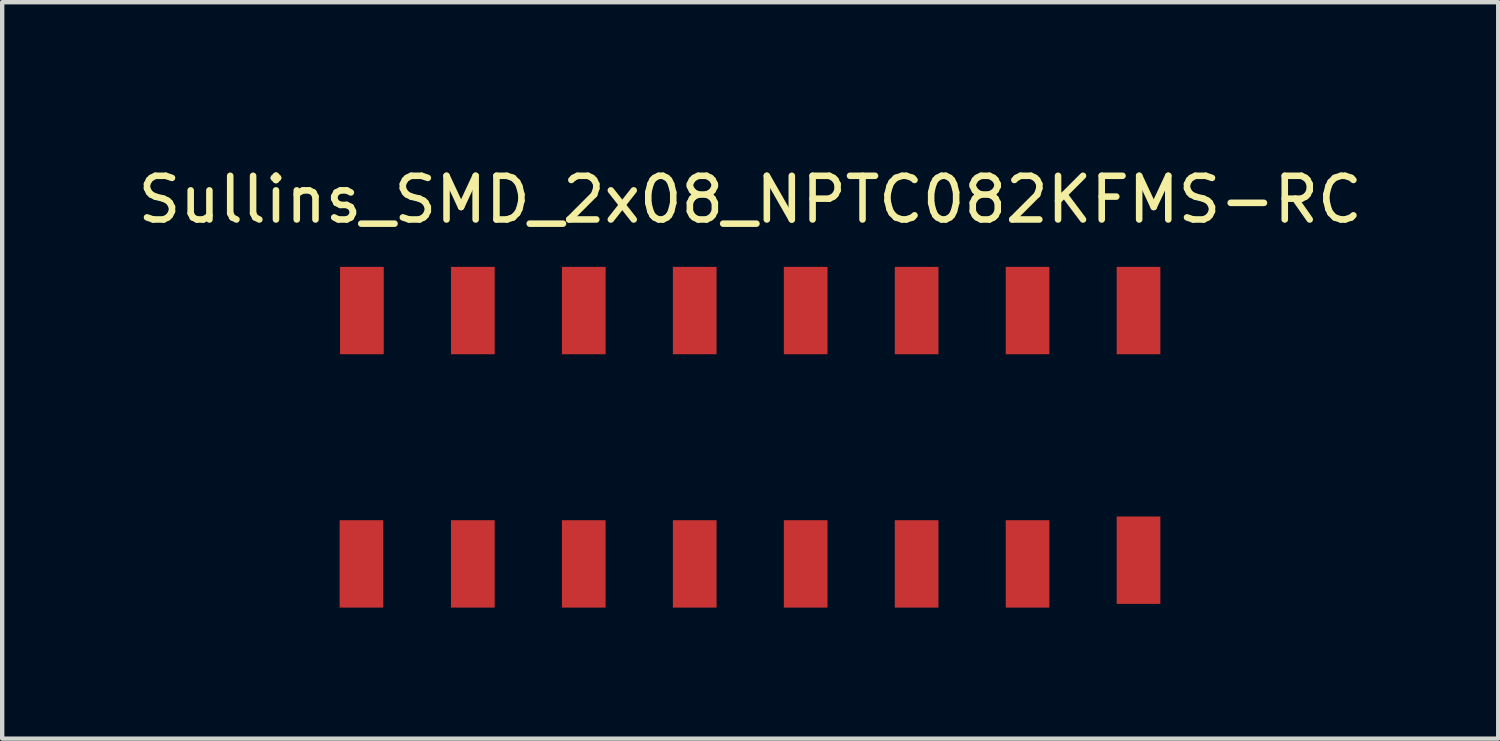
<source format=kicad_pcb>
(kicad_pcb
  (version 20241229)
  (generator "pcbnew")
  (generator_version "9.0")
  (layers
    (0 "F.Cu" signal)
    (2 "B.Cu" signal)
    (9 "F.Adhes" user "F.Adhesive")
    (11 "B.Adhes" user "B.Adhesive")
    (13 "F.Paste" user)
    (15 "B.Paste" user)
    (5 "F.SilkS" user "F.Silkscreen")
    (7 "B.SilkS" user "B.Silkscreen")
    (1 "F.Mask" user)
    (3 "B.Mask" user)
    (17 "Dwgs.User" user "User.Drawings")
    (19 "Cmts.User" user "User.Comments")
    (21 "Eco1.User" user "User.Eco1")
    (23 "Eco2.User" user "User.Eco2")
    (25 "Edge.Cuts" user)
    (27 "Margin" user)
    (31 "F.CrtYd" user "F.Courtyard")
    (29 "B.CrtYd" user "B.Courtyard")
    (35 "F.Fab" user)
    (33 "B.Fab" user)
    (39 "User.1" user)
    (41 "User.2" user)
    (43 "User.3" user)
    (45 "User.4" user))
  (footprint "Sullins_SMD_2x08_NPTC082KFMS-RC"
    (layer "F.Cu")
    (at 14.125 0.25)
    (property "Reference" "Sullins_SMD_2x08_NPTC082KFMS-RC" (at 0 1.27 0) (layer "F.SilkS") (effects (font (size 1 1) (thickness 0.15))))
    (attr through_hole)
    (pad "1" smd rect (at -8.89 3.81) (size 1 2) (layers "F.Cu" "F.Mask" "F.Paste"))
    (pad "2" smd rect (at -6.35 3.81) (size 1 2) (layers "F.Cu" "F.Mask" "F.Paste"))
    (pad "3" smd rect (at -3.81 3.81) (size 1 2) (layers "F.Cu" "F.Mask" "F.Paste"))
    (pad "4" smd rect (at -1.27 3.81) (size 1 2) (layers "F.Cu" "F.Mask" "F.Paste"))
    (pad "5" smd rect (at 1.27 3.81) (size 1 2) (layers "F.Cu" "F.Mask" "F.Paste"))
    (pad "6" smd rect (at 3.81 3.81) (size 1 2) (layers "F.Cu" "F.Mask" "F.Paste"))
    (pad "7" smd rect (at 6.35 3.81) (size 1 2) (layers "F.Cu" "F.Mask" "F.Paste"))
    (pad "8" smd rect (at 8.89 3.81) (size 1 2) (layers "F.Cu" "F.Mask" "F.Paste"))
    (pad "9" smd rect (at -8.9 9.61) (size 1 2) (layers "F.Cu" "F.Mask" "F.Paste"))
    (pad "10" smd rect (at -6.35 9.61) (size 1 2) (layers "F.Cu" "F.Mask" "F.Paste"))
    (pad "11" smd rect (at -3.81 9.61) (size 1 2) (layers "F.Cu" "F.Mask" "F.Paste"))
    (pad "12" smd rect (at -1.27 9.61) (size 1 2) (layers "F.Cu" "F.Mask" "F.Paste"))
    (pad "13" smd rect (at 1.27 9.61) (size 1 2) (layers "F.Cu" "F.Mask" "F.Paste"))
    (pad "14" smd rect (at 3.81 9.61) (size 1 2) (layers "F.Cu" "F.Mask" "F.Paste"))
    (pad "15" smd rect (at 6.35 9.61) (size 1 2) (layers "F.Cu" "F.Mask" "F.Paste"))
    (pad "16" smd rect (at 8.89 9.525) (size 1 2) (layers "F.Cu" "F.Mask" "F.Paste")))
  (gr_rect
    (start -3 -3)
    (end 31.25 13.86)
    (stroke (width 0.1) (type default))
    (fill no)
    (layer "Edge.Cuts")))
</source>
